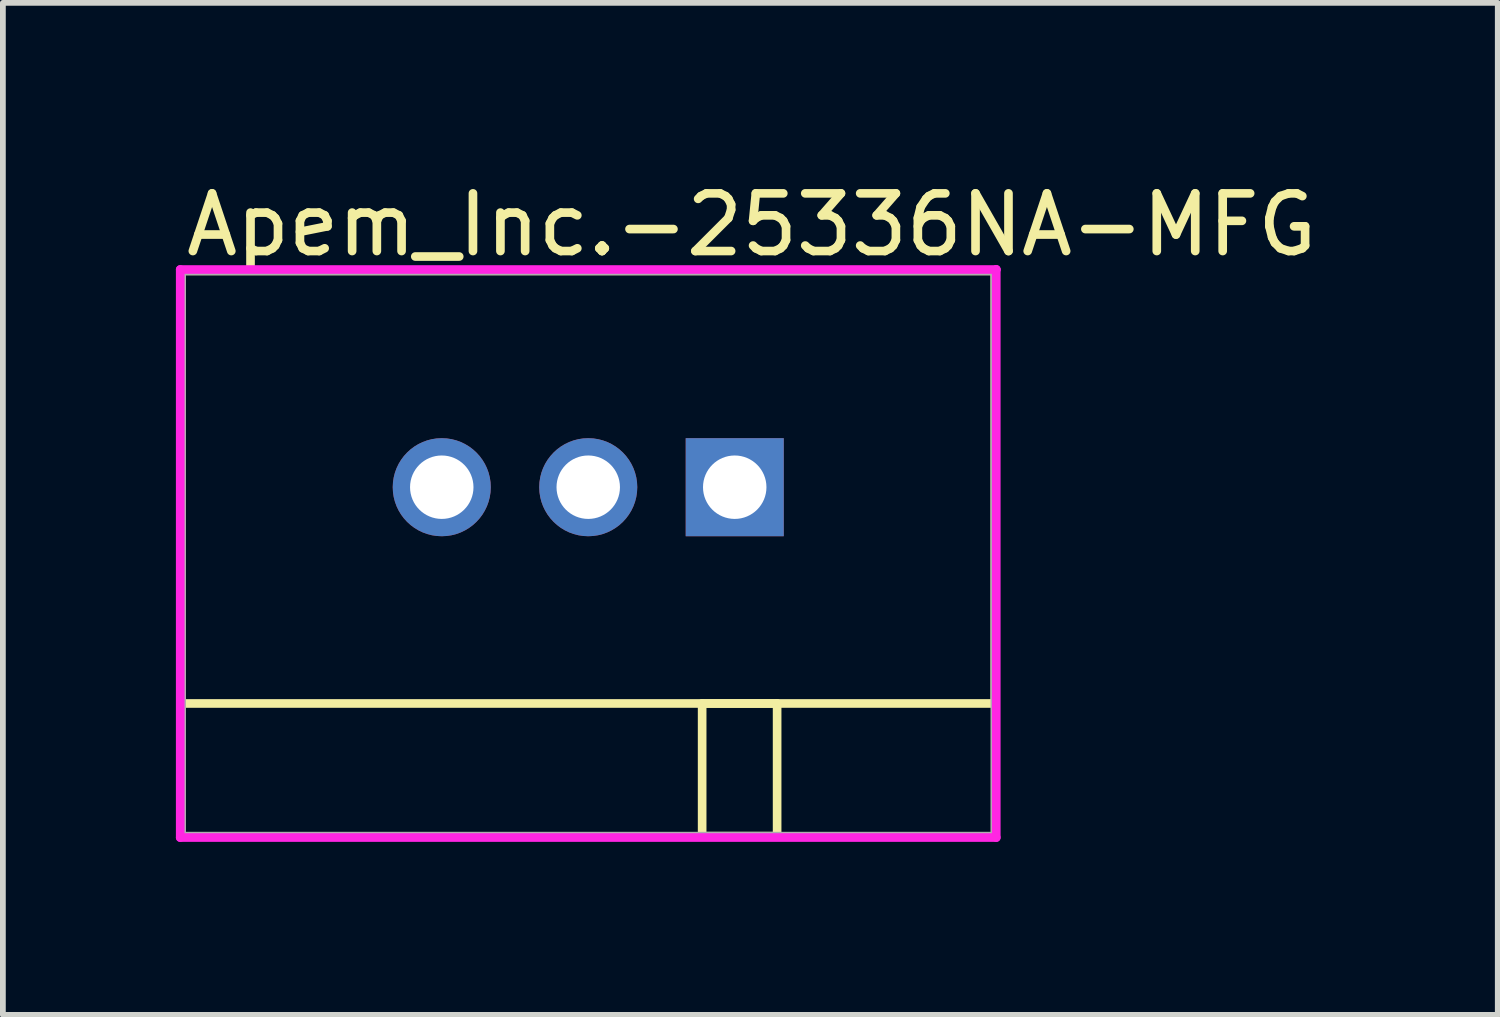
<source format=kicad_pcb>
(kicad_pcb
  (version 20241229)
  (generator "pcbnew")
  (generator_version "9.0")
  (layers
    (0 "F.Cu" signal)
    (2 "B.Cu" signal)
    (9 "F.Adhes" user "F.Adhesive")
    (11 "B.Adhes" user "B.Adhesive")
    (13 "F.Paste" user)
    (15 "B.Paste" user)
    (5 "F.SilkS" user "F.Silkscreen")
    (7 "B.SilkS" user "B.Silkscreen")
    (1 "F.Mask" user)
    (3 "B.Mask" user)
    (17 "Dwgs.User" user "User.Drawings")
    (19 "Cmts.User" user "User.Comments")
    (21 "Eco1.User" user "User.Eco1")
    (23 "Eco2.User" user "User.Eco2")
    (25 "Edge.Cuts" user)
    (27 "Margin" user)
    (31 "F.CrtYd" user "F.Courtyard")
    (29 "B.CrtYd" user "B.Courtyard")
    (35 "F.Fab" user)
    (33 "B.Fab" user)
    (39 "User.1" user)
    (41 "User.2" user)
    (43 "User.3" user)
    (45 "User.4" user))
  (footprint "Apem_Inc.-25336NA-MFG"
    (layer "F.Cu")
    (at 7.15 6.548)
    (property "Reference" "Apem_Inc.-25336NA-MFG" (at -7.05 -5.7 0) (layer "F.SilkS") (effects (font (size 1 1) (thickness 0.15)) (justify left)))
    (attr through_hole)
    (fp_line (start -7.05 -4.9) (end 7.05 -4.9) (stroke (width 0.15) (type solid)) (layer "F.SilkS"))
    (fp_line (start -7.05 2.6) (end -7.05 -4.9) (stroke (width 0.15) (type solid)) (layer "F.SilkS"))
    (fp_line (start 1.975 2.6) (end 3.275 2.6) (stroke (width 0.15) (type solid)) (layer "F.SilkS"))
    (fp_line (start 1.975 4.9) (end 1.975 2.6) (stroke (width 0.15) (type solid)) (layer "F.SilkS"))
    (fp_line (start 3.275 2.6) (end 3.275 4.9) (stroke (width 0.15) (type solid)) (layer "F.SilkS"))
    (fp_line (start 3.275 4.9) (end 1.975 4.9) (stroke (width 0.15) (type solid)) (layer "F.SilkS"))
    (fp_line (start 7.05 -4.9) (end 7.05 2.6) (stroke (width 0.15) (type solid)) (layer "F.SilkS"))
    (fp_line (start 7.05 2.6) (end -7.05 2.6) (stroke (width 0.15) (type solid)) (layer "F.SilkS"))
    (fp_line (start -7.075 -4.925) (end -7.075 4.925) (stroke (width 0.15) (type solid)) (layer "F.CrtYd"))
    (fp_line (start -7.075 4.925) (end 7.075 4.925) (stroke (width 0.15) (type solid)) (layer "F.CrtYd"))
    (fp_line (start 7.075 -4.925) (end -7.075 -4.925) (stroke (width 0.15) (type solid)) (layer "F.CrtYd"))
    (fp_line (start 7.075 -4.925) (end 7.075 -4.925) (stroke (width 0.15) (type solid)) (layer "F.CrtYd"))
    (fp_line (start 7.075 4.925) (end 7.075 -4.925) (stroke (width 0.15) (type solid)) (layer "F.CrtYd"))
    (fp_line (start -7.05 -4.9) (end 7.05 -4.9) (stroke (width 0.15) (type solid)) (layer "F.Fab"))
    (fp_line (start -7.05 4.9) (end -7.05 -4.9) (stroke (width 0.15) (type solid)) (layer "F.Fab"))
    (fp_line (start 7.05 -4.9) (end 7.05 4.9) (stroke (width 0.15) (type solid)) (layer "F.Fab"))
    (fp_line (start 7.05 4.9) (end -7.05 4.9) (stroke (width 0.15) (type solid)) (layer "F.Fab"))
    (pad "1" thru_hole rect (at 2.54 -1.15) (size 1.7 1.7) (drill 1.1) (layers "*.Cu"))
    (pad "2" thru_hole circle (at -2.54 -1.15) (size 1.7 1.7) (drill 1.1) (layers "*.Cu"))
    (pad "3" thru_hole circle (at 0 -1.15) (size 1.7 1.7) (drill 1.1) (layers "*.Cu")))
  (gr_rect
    (start -3 -3)
    (end 22.921 14.548)
    (stroke (width 0.1) (type default))
    (fill no)
    (layer "Edge.Cuts")))
</source>
